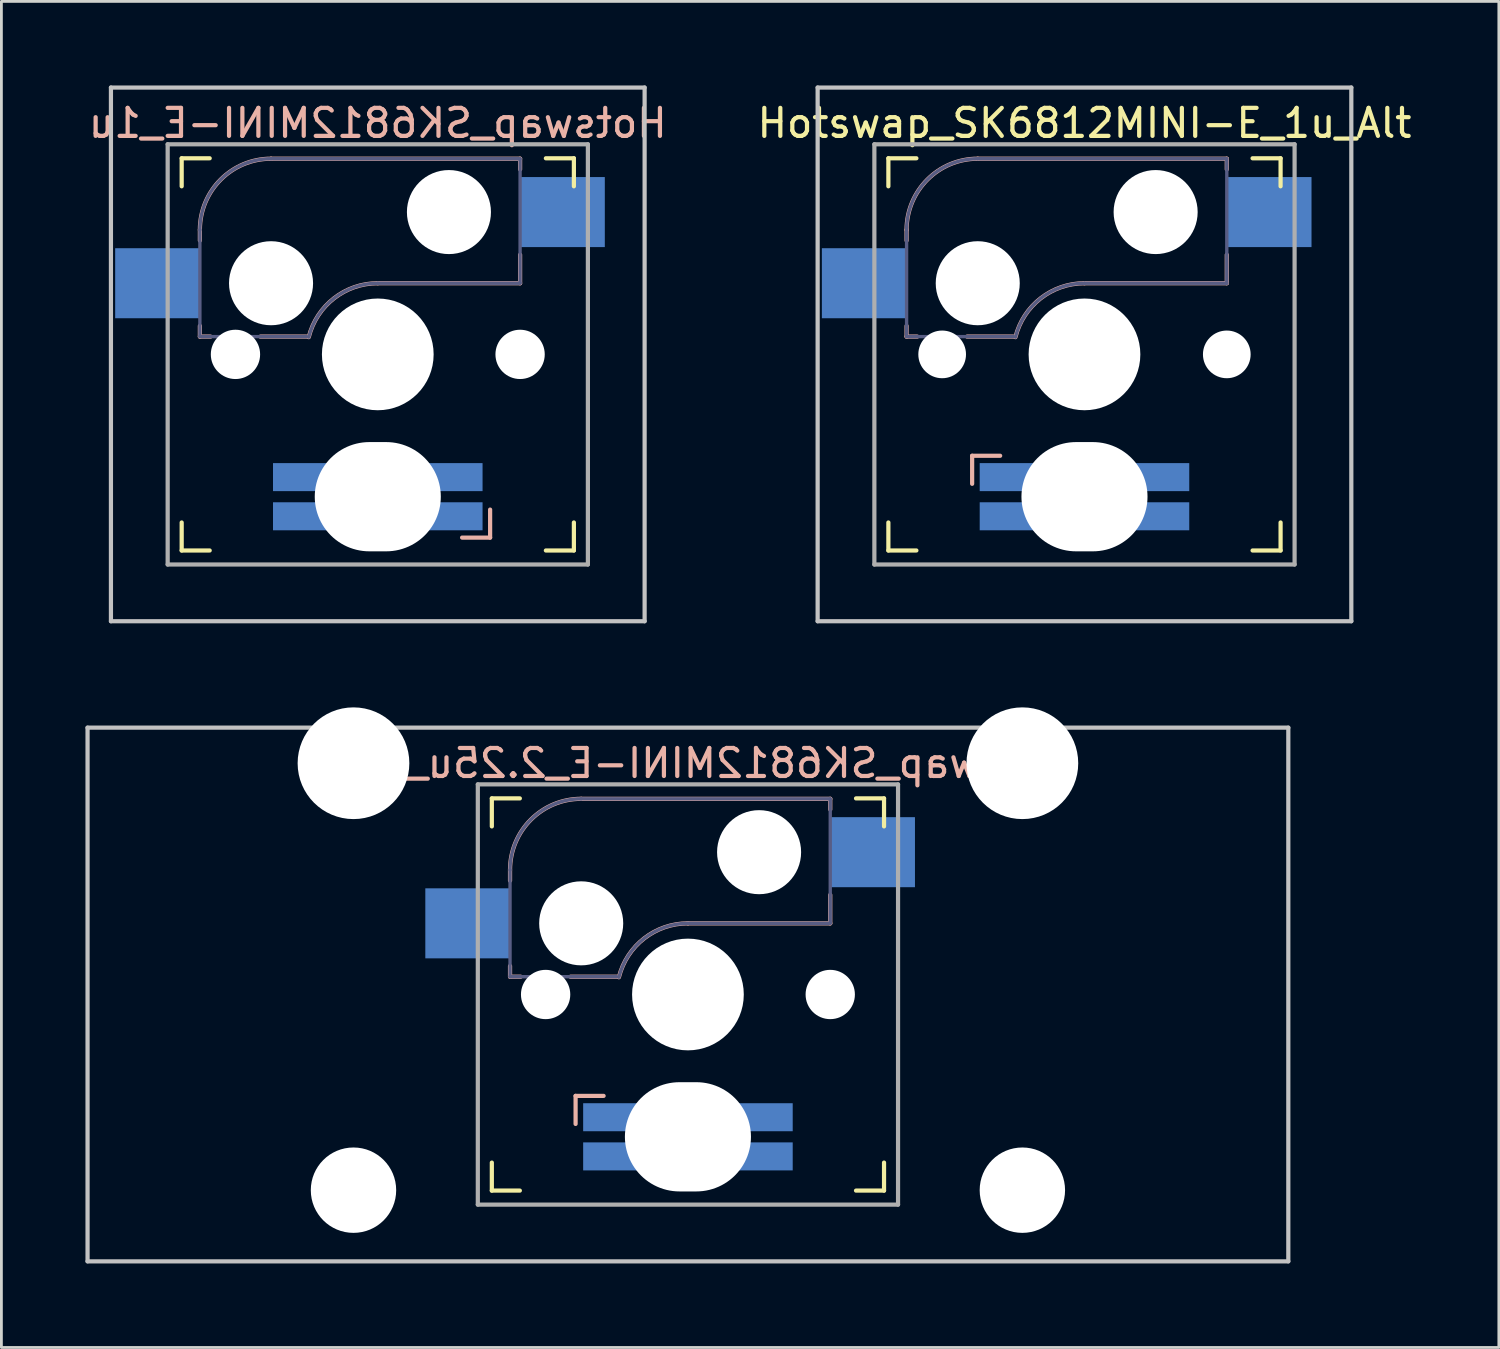
<source format=kicad_pcb>
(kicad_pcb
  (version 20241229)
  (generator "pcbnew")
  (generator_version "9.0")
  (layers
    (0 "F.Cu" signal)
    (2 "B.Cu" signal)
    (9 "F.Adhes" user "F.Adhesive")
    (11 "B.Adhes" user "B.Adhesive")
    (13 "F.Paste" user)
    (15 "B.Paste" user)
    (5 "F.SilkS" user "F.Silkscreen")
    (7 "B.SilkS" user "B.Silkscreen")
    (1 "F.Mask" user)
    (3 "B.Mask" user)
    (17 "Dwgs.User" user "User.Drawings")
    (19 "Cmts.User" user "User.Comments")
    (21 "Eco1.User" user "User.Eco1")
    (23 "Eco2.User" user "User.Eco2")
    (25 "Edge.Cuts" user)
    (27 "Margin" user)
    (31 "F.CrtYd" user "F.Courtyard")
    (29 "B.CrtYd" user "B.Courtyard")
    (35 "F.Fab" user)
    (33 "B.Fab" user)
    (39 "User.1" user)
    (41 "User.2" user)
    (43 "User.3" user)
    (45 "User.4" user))
  (footprint "Hotswap_SK6812MINI-E_1u_Alt"
    (layer "F.Cu")
    (at 35.661 9.6)
    (property "Reference" "Hotswap_SK6812MINI-E_1u_Alt" (at 0 -8.255 0) (layer "F.SilkS") (effects (font (size 1 1) (thickness 0.15))))
    (attr through_hole)
    (fp_line (start -7 -6) (end -7 -7) (stroke (width 0.15) (type solid)) (layer "F.SilkS"))
    (fp_line (start -7 7) (end -7 6) (stroke (width 0.15) (type solid)) (layer "F.SilkS"))
    (fp_line (start -7 7) (end -6 7) (stroke (width 0.15) (type solid)) (layer "F.SilkS"))
    (fp_line (start -6 -7) (end -7 -7) (stroke (width 0.15) (type solid)) (layer "F.SilkS"))
    (fp_line (start 6 7) (end 7 7) (stroke (width 0.15) (type solid)) (layer "F.SilkS"))
    (fp_line (start 7 -7) (end 6 -7) (stroke (width 0.15) (type solid)) (layer "F.SilkS"))
    (fp_line (start 7 -7) (end 7 -6) (stroke (width 0.15) (type solid)) (layer "F.SilkS"))
    (fp_line (start 7 6) (end 7 7) (stroke (width 0.15) (type solid)) (layer "F.SilkS"))
    (fp_line (start -6.35 -4.445) (end -6.35 -4.064) (stroke (width 0.15) (type solid)) (layer "B.SilkS"))
    (fp_line (start -6.35 -1.016) (end -6.35 -0.635) (stroke (width 0.15) (type solid)) (layer "B.SilkS"))
    (fp_line (start -6.35 -0.635) (end -5.969 -0.635) (stroke (width 0.15) (type solid)) (layer "B.SilkS"))
    (fp_line (start -4.191 -0.635) (end -2.54 -0.635) (stroke (width 0.15) (type solid)) (layer "B.SilkS"))
    (fp_line (start -4.01 4.62) (end -4.01 3.619) (stroke (width 0.15) (type solid)) (layer "B.SilkS"))
    (fp_line (start -3.01 3.619) (end -4.01 3.619) (stroke (width 0.15) (type solid)) (layer "B.SilkS"))
    (fp_line (start 0 -2.54) (end 5.08 -2.54) (stroke (width 0.15) (type solid)) (layer "B.SilkS"))
    (fp_line (start 5.08 -6.985) (end -3.81 -6.985) (stroke (width 0.15) (type solid)) (layer "B.SilkS"))
    (fp_line (start 5.08 -6.604) (end 5.08 -6.985) (stroke (width 0.15) (type solid)) (layer "B.SilkS"))
    (fp_line (start 5.08 -2.54) (end 5.08 -3.556) (stroke (width 0.15) (type solid)) (layer "B.SilkS"))
    (fp_arc (start -6.35 -4.445) (mid -5.606051 -6.241051) (end -3.81 -6.985) (stroke (width 0.15) (type solid)) (layer "B.SilkS"))
    (fp_arc (start -2.464162 -0.61604) (mid -1.563147 -2.002042) (end 0 -2.54) (stroke (width 0.15) (type solid)) (layer "B.SilkS"))
    (fp_line (start -9.525 -9.525) (end 9.525 -9.525) (stroke (width 0.15) (type solid)) (layer "Dwgs.User"))
    (fp_line (start -9.525 9.525) (end -9.525 -9.525) (stroke (width 0.15) (type solid)) (layer "Dwgs.User"))
    (fp_line (start -9.525 9.525) (end 9.525 9.525) (stroke (width 0.15) (type solid)) (layer "Dwgs.User"))
    (fp_line (start 9.525 -9.525) (end 9.525 9.525) (stroke (width 0.15) (type solid)) (layer "Dwgs.User"))
    (fp_line (start -6.9 6.9) (end -6.9 -6.9) (stroke (width 0.15) (type solid)) (layer "Eco2.User"))
    (fp_line (start -6.9 6.9) (end 6.9 6.9) (stroke (width 0.15) (type solid)) (layer "Eco2.User"))
    (fp_line (start 6.9 -6.9) (end -6.9 -6.9) (stroke (width 0.15) (type solid)) (layer "Eco2.User"))
    (fp_line (start 6.9 -6.9) (end 6.9 6.9) (stroke (width 0.15) (type solid)) (layer "Eco2.User"))
    (fp_line (start -6.35 -4.445) (end -6.35 -0.635) (stroke (width 0.12) (type solid)) (layer "B.Fab"))
    (fp_line (start -6.35 -0.635) (end -2.54 -0.635) (stroke (width 0.12) (type solid)) (layer "B.Fab"))
    (fp_line (start 0 -2.54) (end 5.08 -2.54) (stroke (width 0.12) (type solid)) (layer "B.Fab"))
    (fp_line (start 5.08 -6.985) (end -3.81 -6.985) (stroke (width 0.12) (type solid)) (layer "B.Fab"))
    (fp_line (start 5.08 -2.54) (end 5.08 -6.985) (stroke (width 0.12) (type solid)) (layer "B.Fab"))
    (fp_arc (start -6.35 -4.445) (mid -5.606051 -6.241051) (end -3.81 -6.985) (stroke (width 0.12) (type solid)) (layer "B.Fab"))
    (fp_arc (start -2.464162 -0.61604) (mid -1.563147 -2.002042) (end 0 -2.54) (stroke (width 0.12) (type solid)) (layer "B.Fab"))
    (fp_line (start -7.5 -7.5) (end 7.5 -7.5) (stroke (width 0.15) (type solid)) (layer "F.Fab"))
    (fp_line (start -7.5 7.5) (end -7.5 -7.5) (stroke (width 0.15) (type solid)) (layer "F.Fab"))
    (fp_line (start 7.5 -7.5) (end 7.5 7.5) (stroke (width 0.15) (type solid)) (layer "F.Fab"))
    (fp_line (start 7.5 7.5) (end -7.5 7.5) (stroke (width 0.15) (type solid)) (layer "F.Fab"))
    (pad "" np_thru_hole circle (at -5.08 0 180) (size 1.702 1.702) (drill 1.702) (layers "*.Cu" "*.Mask"))
    (pad "" np_thru_hole circle (at -3.81 -2.54 180) (size 3 3) (drill 3) (layers "*.Cu" "*.Mask"))
    (pad "" np_thru_hole circle (at 0 0 180) (size 3.988 3.988) (drill 3.988) (layers "*.Cu" "*.Mask"))
    (pad "" np_thru_hole oval (at 0 5.08 180) (size 4.5 3.9) (drill oval 4.5 3.9) (layers "*.Cu" "*.Mask"))
    (pad "" np_thru_hole circle (at 2.54 -5.08 180) (size 3 3) (drill 3) (layers "*.Cu" "*.Mask"))
    (pad "" np_thru_hole circle (at 5.08 0 180) (size 1.702 1.702) (drill 1.702) (layers "*.Cu" "*.Mask"))
    (pad "1" smd rect (at -7.874 -2.54 180) (size 3 2.5) (layers "B.Cu" "B.Mask"))
    (pad "2" smd rect (at 6.604 -5.08 180) (size 3 2.5) (layers "B.Cu" "B.Mask"))
    (pad "DIN" smd rect (at -2.74 5.779 270) (size 1 2) (layers "B.Cu" "B.Mask"))
    (pad "DOUT" smd rect (at 2.74 4.381 270) (size 1 2) (layers "B.Cu" "B.Mask"))
    (pad "GND" smd rect (at -2.74 4.381 270) (size 1 2) (layers "B.Cu" "B.Mask"))
    (pad "VDD" smd rect (at 2.74 5.779 270) (size 1 2) (layers "B.Cu" "B.Mask")))
  (footprint "Hotswap_SK6812MINI-E_1u"
    (layer "F.Cu")
    (at 10.435 9.6)
    (property "Reference" "Hotswap_SK6812MINI-E_1u" (at 0 -8.255 0) (layer "B.SilkS") (effects (font (size 1 1) (thickness 0.15)) (justify mirror)))
    (attr through_hole)
    (fp_line (start -7 -6) (end -7 -7) (stroke (width 0.15) (type solid)) (layer "F.SilkS"))
    (fp_line (start -7 7) (end -7 6) (stroke (width 0.15) (type solid)) (layer "F.SilkS"))
    (fp_line (start -7 7) (end -6 7) (stroke (width 0.15) (type solid)) (layer "F.SilkS"))
    (fp_line (start -6 -7) (end -7 -7) (stroke (width 0.15) (type solid)) (layer "F.SilkS"))
    (fp_line (start 6 7) (end 7 7) (stroke (width 0.15) (type solid)) (layer "F.SilkS"))
    (fp_line (start 7 -7) (end 6 -7) (stroke (width 0.15) (type solid)) (layer "F.SilkS"))
    (fp_line (start 7 -7) (end 7 -6) (stroke (width 0.15) (type solid)) (layer "F.SilkS"))
    (fp_line (start 7 6) (end 7 7) (stroke (width 0.15) (type solid)) (layer "F.SilkS"))
    (fp_line (start -6.35 -4.445) (end -6.35 -4.064) (stroke (width 0.15) (type solid)) (layer "B.SilkS"))
    (fp_line (start -6.35 -1.016) (end -6.35 -0.635) (stroke (width 0.15) (type solid)) (layer "B.SilkS"))
    (fp_line (start -6.35 -0.635) (end -5.969 -0.635) (stroke (width 0.15) (type solid)) (layer "B.SilkS"))
    (fp_line (start -4.191 -0.635) (end -2.54 -0.635) (stroke (width 0.15) (type solid)) (layer "B.SilkS"))
    (fp_line (start 0 -2.54) (end 5.08 -2.54) (stroke (width 0.15) (type solid)) (layer "B.SilkS"))
    (fp_line (start 3.01 6.54) (end 4.01 6.54) (stroke (width 0.15) (type solid)) (layer "B.SilkS"))
    (fp_line (start 4.01 5.54) (end 4.01 6.54) (stroke (width 0.15) (type solid)) (layer "B.SilkS"))
    (fp_line (start 5.08 -6.985) (end -3.81 -6.985) (stroke (width 0.15) (type solid)) (layer "B.SilkS"))
    (fp_line (start 5.08 -6.604) (end 5.08 -6.985) (stroke (width 0.15) (type solid)) (layer "B.SilkS"))
    (fp_line (start 5.08 -2.54) (end 5.08 -3.556) (stroke (width 0.15) (type solid)) (layer "B.SilkS"))
    (fp_arc (start -6.35 -4.445) (mid -5.606051 -6.241051) (end -3.81 -6.985) (stroke (width 0.15) (type solid)) (layer "B.SilkS"))
    (fp_arc (start -2.464162 -0.61604) (mid -1.563147 -2.002042) (end 0 -2.54) (stroke (width 0.15) (type solid)) (layer "B.SilkS"))
    (fp_line (start -9.525 -9.525) (end 9.525 -9.525) (stroke (width 0.15) (type solid)) (layer "Dwgs.User"))
    (fp_line (start -9.525 9.525) (end -9.525 -9.525) (stroke (width 0.15) (type solid)) (layer "Dwgs.User"))
    (fp_line (start -9.525 9.525) (end 9.525 9.525) (stroke (width 0.15) (type solid)) (layer "Dwgs.User"))
    (fp_line (start 9.525 -9.525) (end 9.525 9.525) (stroke (width 0.15) (type solid)) (layer "Dwgs.User"))
    (fp_line (start -6.9 6.9) (end -6.9 -6.9) (stroke (width 0.15) (type solid)) (layer "Eco2.User"))
    (fp_line (start -6.9 6.9) (end 6.9 6.9) (stroke (width 0.15) (type solid)) (layer "Eco2.User"))
    (fp_line (start 6.9 -6.9) (end -6.9 -6.9) (stroke (width 0.15) (type solid)) (layer "Eco2.User"))
    (fp_line (start 6.9 -6.9) (end 6.9 6.9) (stroke (width 0.15) (type solid)) (layer "Eco2.User"))
    (fp_line (start -6.35 -4.445) (end -6.35 -0.635) (stroke (width 0.12) (type solid)) (layer "B.Fab"))
    (fp_line (start -6.35 -0.635) (end -2.54 -0.635) (stroke (width 0.12) (type solid)) (layer "B.Fab"))
    (fp_line (start 0 -2.54) (end 5.08 -2.54) (stroke (width 0.12) (type solid)) (layer "B.Fab"))
    (fp_line (start 5.08 -6.985) (end -3.81 -6.985) (stroke (width 0.12) (type solid)) (layer "B.Fab"))
    (fp_line (start 5.08 -2.54) (end 5.08 -6.985) (stroke (width 0.12) (type solid)) (layer "B.Fab"))
    (fp_arc (start -6.35 -4.445) (mid -5.606051 -6.241051) (end -3.81 -6.985) (stroke (width 0.12) (type solid)) (layer "B.Fab"))
    (fp_arc (start -2.464162 -0.61604) (mid -1.563147 -2.002042) (end 0 -2.54) (stroke (width 0.12) (type solid)) (layer "B.Fab"))
    (fp_line (start -7.5 -7.5) (end 7.5 -7.5) (stroke (width 0.15) (type solid)) (layer "F.Fab"))
    (fp_line (start -7.5 7.5) (end -7.5 -7.5) (stroke (width 0.15) (type solid)) (layer "F.Fab"))
    (fp_line (start 7.5 -7.5) (end 7.5 7.5) (stroke (width 0.15) (type solid)) (layer "F.Fab"))
    (fp_line (start 7.5 7.5) (end -7.5 7.5) (stroke (width 0.15) (type solid)) (layer "F.Fab"))
    (pad "" np_thru_hole circle (at -5.08 0 180) (size 1.76 1.76) (drill 1.76) (layers "*.Cu" "*.Mask"))
    (pad "" np_thru_hole circle (at -3.81 -2.54 180) (size 3 3) (drill 3) (layers "*.Cu" "*.Mask"))
    (pad "" np_thru_hole circle (at 0 0 180) (size 3.988 3.988) (drill 3.988) (layers "*.Cu" "*.Mask"))
    (pad "" np_thru_hole oval (at 0 5.08 180) (size 4.5 3.9) (drill oval 4.5 3.9) (layers "*.Cu" "*.Mask"))
    (pad "" np_thru_hole circle (at 2.54 -5.08 180) (size 3 3) (drill 3) (layers "*.Cu" "*.Mask"))
    (pad "" np_thru_hole circle (at 5.08 0 180) (size 1.76 1.76) (drill 1.76) (layers "*.Cu" "*.Mask"))
    (pad "1" smd rect (at -7.874 -2.54 180) (size 3 2.5) (layers "B.Cu" "B.Mask"))
    (pad "2" smd rect (at 6.604 -5.08 180) (size 3 2.5) (layers "B.Cu" "B.Mask"))
    (pad "DIN" smd rect (at 2.74 4.381 270) (size 1 2) (layers "B.Cu" "B.Mask"))
    (pad "DOUT" smd rect (at -2.74 5.779 270) (size 1 2) (layers "B.Cu" "B.Mask"))
    (pad "GND" smd rect (at 2.74 5.779 270) (size 1 2) (layers "B.Cu" "B.Mask"))
    (pad "VDD" smd rect (at -2.74 4.381 270) (size 1 2) (layers "B.Cu" "B.Mask")))
  (footprint "Hotswap_SK6812MINI-E_2.25u_1_Alt"
    (layer "F.Cu")
    (at 21.506 32.449)
    (property "Reference" "Hotswap_SK6812MINI-E_2.25u_1_Alt" (at 0 -8.255 0) (layer "B.SilkS") (effects (font (size 1 1) (thickness 0.15)) (justify mirror)))
    (attr through_hole)
    (fp_line (start -7 -6) (end -7 -7) (stroke (width 0.15) (type solid)) (layer "F.SilkS"))
    (fp_line (start -7 7) (end -7 6) (stroke (width 0.15) (type solid)) (layer "F.SilkS"))
    (fp_line (start -7 7) (end -6 7) (stroke (width 0.15) (type solid)) (layer "F.SilkS"))
    (fp_line (start -6 -7) (end -7 -7) (stroke (width 0.15) (type solid)) (layer "F.SilkS"))
    (fp_line (start 6 7) (end 7 7) (stroke (width 0.15) (type solid)) (layer "F.SilkS"))
    (fp_line (start 7 -7) (end 6 -7) (stroke (width 0.15) (type solid)) (layer "F.SilkS"))
    (fp_line (start 7 -7) (end 7 -6) (stroke (width 0.15) (type solid)) (layer "F.SilkS"))
    (fp_line (start 7 6) (end 7 7) (stroke (width 0.15) (type solid)) (layer "F.SilkS"))
    (fp_line (start -6.35 -4.445) (end -6.35 -4.064) (stroke (width 0.15) (type solid)) (layer "B.SilkS"))
    (fp_line (start -6.35 -1.016) (end -6.35 -0.635) (stroke (width 0.15) (type solid)) (layer "B.SilkS"))
    (fp_line (start -6.35 -0.635) (end -5.969 -0.635) (stroke (width 0.15) (type solid)) (layer "B.SilkS"))
    (fp_line (start -4.191 -0.635) (end -2.54 -0.635) (stroke (width 0.15) (type solid)) (layer "B.SilkS"))
    (fp_line (start -4.01 4.62) (end -4.01 3.619) (stroke (width 0.15) (type solid)) (layer "B.SilkS"))
    (fp_line (start -3.01 3.619) (end -4.01 3.619) (stroke (width 0.15) (type solid)) (layer "B.SilkS"))
    (fp_line (start 0 -2.54) (end 5.08 -2.54) (stroke (width 0.15) (type solid)) (layer "B.SilkS"))
    (fp_line (start 5.08 -6.985) (end -3.81 -6.985) (stroke (width 0.15) (type solid)) (layer "B.SilkS"))
    (fp_line (start 5.08 -6.604) (end 5.08 -6.985) (stroke (width 0.15) (type solid)) (layer "B.SilkS"))
    (fp_line (start 5.08 -2.54) (end 5.08 -3.556) (stroke (width 0.15) (type solid)) (layer "B.SilkS"))
    (fp_arc (start -6.35 -4.445) (mid -5.606051 -6.241051) (end -3.81 -6.985) (stroke (width 0.15) (type solid)) (layer "B.SilkS"))
    (fp_arc (start -2.464162 -0.61604) (mid -1.563147 -2.002042) (end 0 -2.54) (stroke (width 0.15) (type solid)) (layer "B.SilkS"))
    (fp_line (start -21.431 -9.525) (end 21.431 -9.525) (stroke (width 0.15) (type solid)) (layer "Dwgs.User"))
    (fp_line (start -21.431 9.525) (end -21.431 -9.525) (stroke (width 0.15) (type solid)) (layer "Dwgs.User"))
    (fp_line (start 21.431 -9.525) (end 21.431 9.525) (stroke (width 0.15) (type solid)) (layer "Dwgs.User"))
    (fp_line (start 21.431 9.525) (end -21.431 9.525) (stroke (width 0.15) (type solid)) (layer "Dwgs.User"))
    (fp_line (start -13.589 -6.096) (end -13.589 5.334) (stroke (width 0.152) (type solid)) (layer "Eco2.User"))
    (fp_line (start -13.589 5.334) (end -10.287 5.334) (stroke (width 0.152) (type solid)) (layer "Eco2.User"))
    (fp_line (start -10.287 -6.096) (end -13.589 -6.096) (stroke (width 0.152) (type solid)) (layer "Eco2.User"))
    (fp_line (start -10.287 5.334) (end -10.287 -6.096) (stroke (width 0.152) (type solid)) (layer "Eco2.User"))
    (fp_line (start -6.9 6.9) (end -6.9 -6.9) (stroke (width 0.15) (type solid)) (layer "Eco2.User"))
    (fp_line (start -6.9 6.9) (end 6.9 6.9) (stroke (width 0.15) (type solid)) (layer "Eco2.User"))
    (fp_line (start 6.9 -6.9) (end -6.9 -6.9) (stroke (width 0.15) (type solid)) (layer "Eco2.User"))
    (fp_line (start 6.9 -6.9) (end 6.9 6.9) (stroke (width 0.15) (type solid)) (layer "Eco2.User"))
    (fp_line (start 10.287 -6.096) (end 10.287 5.334) (stroke (width 0.152) (type solid)) (layer "Eco2.User"))
    (fp_line (start 10.287 5.334) (end 13.589 5.334) (stroke (width 0.152) (type solid)) (layer "Eco2.User"))
    (fp_line (start 13.589 -6.096) (end 10.287 -6.096) (stroke (width 0.152) (type solid)) (layer "Eco2.User"))
    (fp_line (start 13.589 5.334) (end 13.589 -6.096) (stroke (width 0.152) (type solid)) (layer "Eco2.User"))
    (fp_line (start -6.35 -4.445) (end -6.35 -0.635) (stroke (width 0.12) (type solid)) (layer "B.Fab"))
    (fp_line (start -6.35 -0.635) (end -2.54 -0.635) (stroke (width 0.12) (type solid)) (layer "B.Fab"))
    (fp_line (start 0 -2.54) (end 5.08 -2.54) (stroke (width 0.12) (type solid)) (layer "B.Fab"))
    (fp_line (start 5.08 -6.985) (end -3.81 -6.985) (stroke (width 0.12) (type solid)) (layer "B.Fab"))
    (fp_line (start 5.08 -2.54) (end 5.08 -6.985) (stroke (width 0.12) (type solid)) (layer "B.Fab"))
    (fp_arc (start -6.35 -4.445) (mid -5.606051 -6.241051) (end -3.81 -6.985) (stroke (width 0.12) (type solid)) (layer "B.Fab"))
    (fp_arc (start -2.464162 -0.61604) (mid -1.563147 -2.002042) (end 0 -2.54) (stroke (width 0.12) (type solid)) (layer "B.Fab"))
    (fp_line (start -7.5 -7.5) (end 7.5 -7.5) (stroke (width 0.15) (type solid)) (layer "F.Fab"))
    (fp_line (start -7.5 7.5) (end -7.5 -7.5) (stroke (width 0.15) (type solid)) (layer "F.Fab"))
    (fp_line (start 7.5 -7.5) (end 7.5 7.5) (stroke (width 0.15) (type solid)) (layer "F.Fab"))
    (fp_line (start 7.5 7.5) (end -7.5 7.5) (stroke (width 0.15) (type solid)) (layer "F.Fab"))
    (pad "" np_thru_hole circle (at -11.938 -8.255 180) (size 3.988 3.988) (drill 3.988) (layers "*.Cu" "*.Mask"))
    (pad "" np_thru_hole circle (at -11.938 6.985 180) (size 3.048 3.048) (drill 3.048) (layers "*.Cu" "*.Mask"))
    (pad "" np_thru_hole circle (at -5.08 0 180) (size 1.76 1.76) (drill 1.76) (layers "*.Cu" "*.Mask"))
    (pad "" np_thru_hole circle (at -3.81 -2.54 180) (size 3 3) (drill 3) (layers "*.Cu" "*.Mask"))
    (pad "" np_thru_hole circle (at 0 0 180) (size 3.988 3.988) (drill 3.988) (layers "*.Cu" "*.Mask"))
    (pad "" np_thru_hole oval (at 0 5.08 180) (size 4.5 3.9) (drill oval 4.5 3.9) (layers "*.Cu" "*.Mask"))
    (pad "" np_thru_hole circle (at 2.54 -5.08 180) (size 3 3) (drill 3) (layers "*.Cu" "*.Mask"))
    (pad "" np_thru_hole circle (at 5.08 0 180) (size 1.76 1.76) (drill 1.76) (layers "*.Cu" "*.Mask"))
    (pad "" np_thru_hole circle (at 11.938 -8.255 180) (size 3.988 3.988) (drill 3.988) (layers "*.Cu" "*.Mask"))
    (pad "" np_thru_hole circle (at 11.938 6.985 180) (size 3.048 3.048) (drill 3.048) (layers "*.Cu" "*.Mask"))
    (pad "1" smd rect (at -7.874 -2.54 180) (size 3 2.5) (layers "B.Cu" "B.Mask"))
    (pad "2" smd rect (at 6.604 -5.08 180) (size 3 2.5) (layers "B.Cu" "B.Mask"))
    (pad "DIN" smd rect (at -2.74 5.779 270) (size 1 2) (layers "B.Cu" "B.Mask"))
    (pad "DOUT" smd rect (at 2.74 4.381 270) (size 1 2) (layers "B.Cu" "B.Mask"))
    (pad "GND" smd rect (at -2.74 4.381 270) (size 1 2) (layers "B.Cu" "B.Mask"))
    (pad "VDD" smd rect (at 2.74 5.779 270) (size 1 2) (layers "B.Cu" "B.Mask")))
  (gr_rect
    (start -3 -3)
    (end 50.452 45.049)
    (stroke (width 0.1) (type default))
    (fill no)
    (layer "Edge.Cuts")))
</source>
